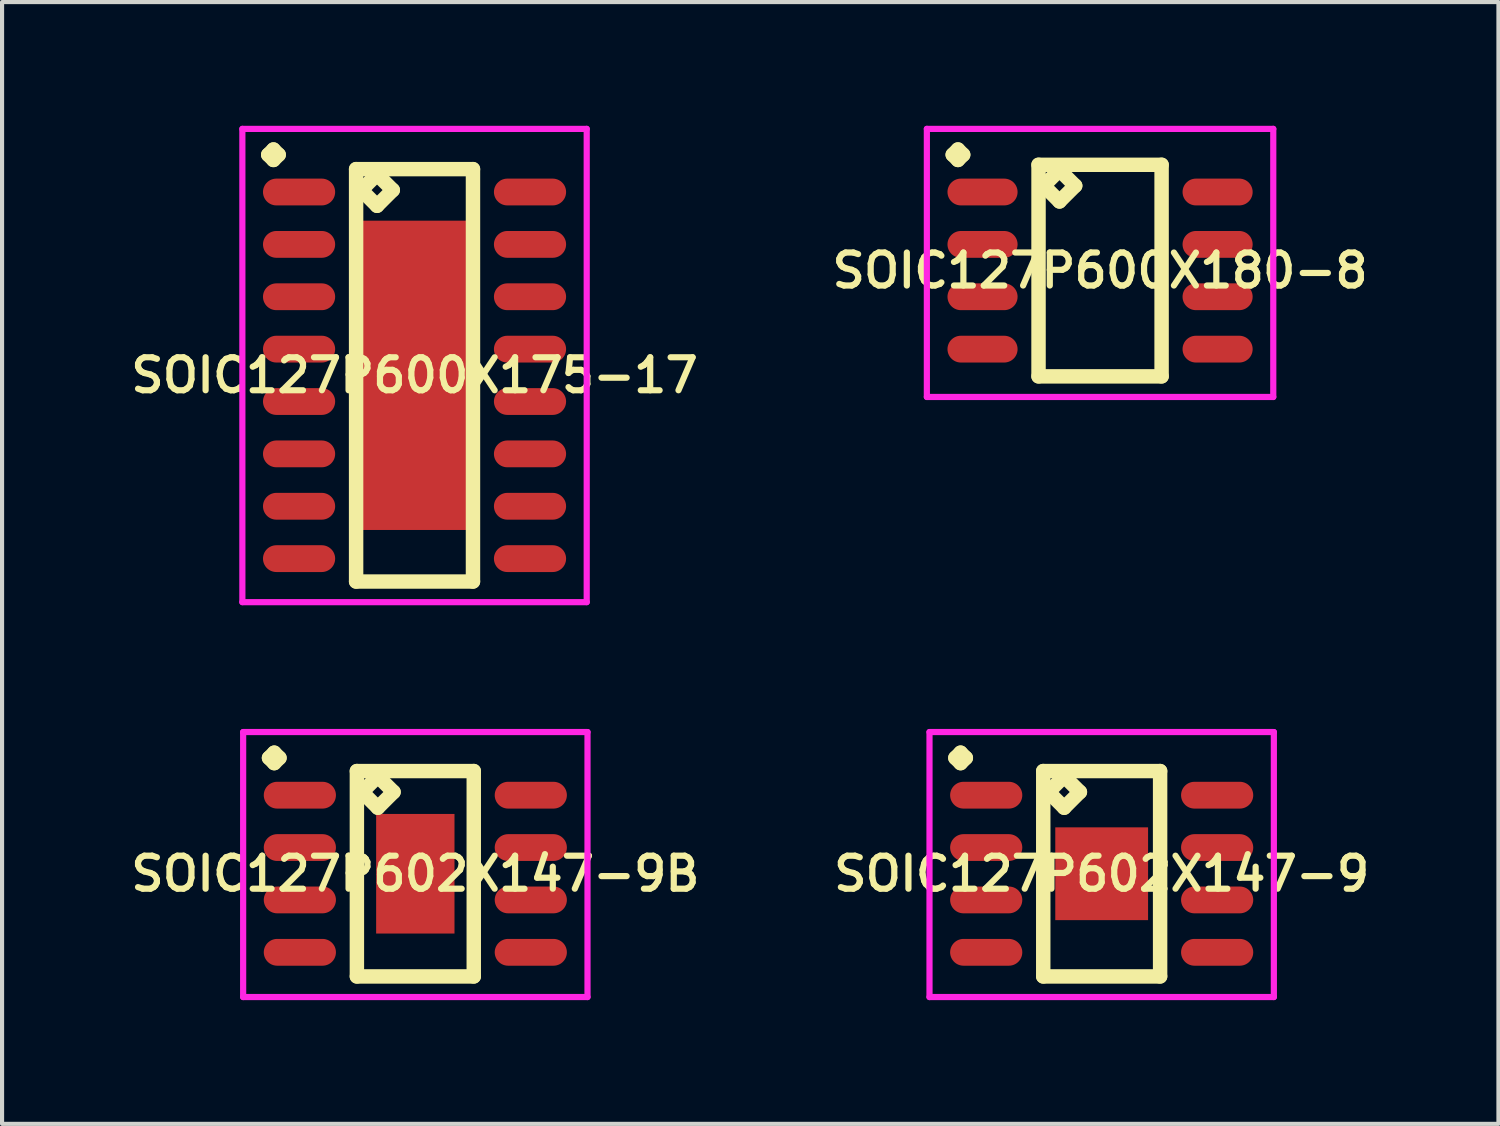
<source format=kicad_pcb>
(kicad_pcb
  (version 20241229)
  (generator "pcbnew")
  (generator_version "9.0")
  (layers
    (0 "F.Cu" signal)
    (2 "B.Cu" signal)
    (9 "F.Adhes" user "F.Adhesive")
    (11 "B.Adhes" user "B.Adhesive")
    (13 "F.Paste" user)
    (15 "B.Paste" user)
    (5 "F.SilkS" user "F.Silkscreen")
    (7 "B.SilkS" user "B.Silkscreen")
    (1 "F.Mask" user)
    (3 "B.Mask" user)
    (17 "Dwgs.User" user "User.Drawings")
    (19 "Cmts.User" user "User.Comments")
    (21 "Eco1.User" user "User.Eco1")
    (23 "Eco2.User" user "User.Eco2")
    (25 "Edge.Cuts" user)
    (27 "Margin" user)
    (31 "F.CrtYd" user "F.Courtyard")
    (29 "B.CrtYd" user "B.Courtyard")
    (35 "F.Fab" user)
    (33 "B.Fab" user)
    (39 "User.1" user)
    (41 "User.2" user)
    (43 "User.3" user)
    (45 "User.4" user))
  (footprint "SOIC127P602X147-9B"
    (layer "F.Cu")
    (at 7.021 18.137)
    (property "Reference" "SOIC127P602X147-9B" (at 0 0 0) (layer "F.SilkS") (effects (font (size 0.8 0.8) (thickness 0.15))))
    (attr through_hole)
    (fp_line (start -3.548 -2.809) (end -3.421 -2.936) (stroke (width 0.35) (type solid)) (layer "F.SilkS"))
    (fp_line (start -3.421 -2.936) (end -3.294 -2.809) (stroke (width 0.35) (type solid)) (layer "F.SilkS"))
    (fp_line (start -3.421 -2.682) (end -3.548 -2.809) (stroke (width 0.35) (type solid)) (layer "F.SilkS"))
    (fp_line (start -3.294 -2.809) (end -3.421 -2.682) (stroke (width 0.35) (type solid)) (layer "F.SilkS"))
    (fp_line (start -1.417 -2.49) (end -1.417 2.49) (stroke (width 0.35) (type solid)) (layer "F.SilkS"))
    (fp_line (start -1.417 2.49) (end 1.417 2.49) (stroke (width 0.35) (type solid)) (layer "F.SilkS"))
    (fp_line (start -1.29 -1.982) (end -0.909 -2.363) (stroke (width 0.35) (type solid)) (layer "F.SilkS"))
    (fp_line (start -0.909 -2.363) (end -0.528 -1.982) (stroke (width 0.35) (type solid)) (layer "F.SilkS"))
    (fp_line (start -0.909 -1.601) (end -1.29 -1.982) (stroke (width 0.35) (type solid)) (layer "F.SilkS"))
    (fp_line (start -0.528 -1.982) (end -0.909 -1.601) (stroke (width 0.35) (type solid)) (layer "F.SilkS"))
    (fp_line (start 1.417 -2.49) (end -1.417 -2.49) (stroke (width 0.35) (type solid)) (layer "F.SilkS"))
    (fp_line (start 1.417 2.49) (end 1.417 -2.49) (stroke (width 0.35) (type solid)) (layer "F.SilkS"))
    (fp_line (start -4.175 -3.436) (end 4.175 -3.436) (stroke (width 0.15) (type solid)) (layer "F.CrtYd"))
    (fp_line (start -4.175 2.99) (end -4.175 -3.436) (stroke (width 0.15) (type solid)) (layer "F.CrtYd"))
    (fp_line (start 4.175 -3.436) (end 4.175 2.99) (stroke (width 0.15) (type solid)) (layer "F.CrtYd"))
    (fp_line (start 4.175 2.99) (end -4.175 2.99) (stroke (width 0.15) (type solid)) (layer "F.CrtYd"))
    (pad "1" smd oval (at -2.8 -1.905) (size 1.75 0.65) (layers "F.Cu" "F.Mask" "F.Paste"))
    (pad "2" smd oval (at -2.8 -0.635) (size 1.75 0.65) (layers "F.Cu" "F.Mask" "F.Paste"))
    (pad "3" smd oval (at -2.8 0.635) (size 1.75 0.65) (layers "F.Cu" "F.Mask" "F.Paste"))
    (pad "4" smd oval (at -2.8 1.905) (size 1.75 0.65) (layers "F.Cu" "F.Mask" "F.Paste"))
    (pad "5" smd oval (at 2.8 1.905) (size 1.75 0.65) (layers "F.Cu" "F.Mask" "F.Paste"))
    (pad "6" smd oval (at 2.8 0.635) (size 1.75 0.65) (layers "F.Cu" "F.Mask" "F.Paste"))
    (pad "7" smd oval (at 2.8 -0.635) (size 1.75 0.65) (layers "F.Cu" "F.Mask" "F.Paste"))
    (pad "8" smd oval (at 2.8 -1.905) (size 1.75 0.65) (layers "F.Cu" "F.Mask" "F.Paste"))
    (pad "9" smd rect (at 0 0) (size 1.9 2.9) (layers "F.Cu" "F.Mask" "F.Paste")))
  (footprint "SOIC127P600X175-17"
    (layer "F.Cu")
    (at 7.002 6.051)
    (property "Reference" "SOIC127P600X175-17" (at 0 0 0) (layer "F.SilkS") (effects (font (size 0.8 0.8) (thickness 0.15))))
    (attr smd)
    (fp_line (start -3.548 -5.349) (end -3.421 -5.476) (stroke (width 0.35) (type solid)) (layer "F.SilkS"))
    (fp_line (start -3.421 -5.476) (end -3.294 -5.349) (stroke (width 0.35) (type solid)) (layer "F.SilkS"))
    (fp_line (start -3.421 -5.222) (end -3.548 -5.349) (stroke (width 0.35) (type solid)) (layer "F.SilkS"))
    (fp_line (start -3.294 -5.349) (end -3.421 -5.222) (stroke (width 0.35) (type solid)) (layer "F.SilkS"))
    (fp_line (start -1.417 -5) (end -1.417 5) (stroke (width 0.35) (type solid)) (layer "F.SilkS"))
    (fp_line (start -1.417 5) (end 1.417 5) (stroke (width 0.35) (type solid)) (layer "F.SilkS"))
    (fp_line (start -1.29 -4.492) (end -0.909 -4.873) (stroke (width 0.35) (type solid)) (layer "F.SilkS"))
    (fp_line (start -0.909 -4.873) (end -0.528 -4.492) (stroke (width 0.35) (type solid)) (layer "F.SilkS"))
    (fp_line (start -0.909 -4.111) (end -1.29 -4.492) (stroke (width 0.35) (type solid)) (layer "F.SilkS"))
    (fp_line (start -0.528 -4.492) (end -0.909 -4.111) (stroke (width 0.35) (type solid)) (layer "F.SilkS"))
    (fp_line (start 1.417 -5) (end -1.417 -5) (stroke (width 0.35) (type solid)) (layer "F.SilkS"))
    (fp_line (start 1.417 5) (end 1.417 -5) (stroke (width 0.35) (type solid)) (layer "F.SilkS"))
    (fp_line (start -4.175 -5.976) (end 4.175 -5.976) (stroke (width 0.15) (type solid)) (layer "F.CrtYd"))
    (fp_line (start -4.175 5.5) (end -4.175 -5.976) (stroke (width 0.15) (type solid)) (layer "F.CrtYd"))
    (fp_line (start 4.175 -5.976) (end 4.175 5.5) (stroke (width 0.15) (type solid)) (layer "F.CrtYd"))
    (fp_line (start 4.175 5.5) (end -4.175 5.5) (stroke (width 0.15) (type solid)) (layer "F.CrtYd"))
    (pad "1" smd oval (at -2.8 -4.445) (size 1.75 0.65) (layers "F.Cu" "F.Mask" "F.Paste"))
    (pad "2" smd oval (at -2.8 -3.175) (size 1.75 0.65) (layers "F.Cu" "F.Mask" "F.Paste"))
    (pad "3" smd oval (at -2.8 -1.905) (size 1.75 0.65) (layers "F.Cu" "F.Mask" "F.Paste"))
    (pad "4" smd oval (at -2.8 -0.635) (size 1.75 0.65) (layers "F.Cu" "F.Mask" "F.Paste"))
    (pad "5" smd oval (at -2.8 0.635) (size 1.75 0.65) (layers "F.Cu" "F.Mask" "F.Paste"))
    (pad "6" smd oval (at -2.8 1.905) (size 1.75 0.65) (layers "F.Cu" "F.Mask" "F.Paste"))
    (pad "7" smd oval (at -2.8 3.175) (size 1.75 0.65) (layers "F.Cu" "F.Mask" "F.Paste"))
    (pad "8" smd oval (at -2.8 4.445) (size 1.75 0.65) (layers "F.Cu" "F.Mask" "F.Paste"))
    (pad "9" smd oval (at 2.8 4.445) (size 1.75 0.65) (layers "F.Cu" "F.Mask" "F.Paste"))
    (pad "10" smd oval (at 2.8 3.175) (size 1.75 0.65) (layers "F.Cu" "F.Mask" "F.Paste"))
    (pad "11" smd oval (at 2.8 1.905) (size 1.75 0.65) (layers "F.Cu" "F.Mask" "F.Paste"))
    (pad "12" smd oval (at 2.8 0.635) (size 1.75 0.65) (layers "F.Cu" "F.Mask" "F.Paste"))
    (pad "13" smd oval (at 2.8 -0.635) (size 1.75 0.65) (layers "F.Cu" "F.Mask" "F.Paste"))
    (pad "14" smd oval (at 2.8 -1.905) (size 1.75 0.65) (layers "F.Cu" "F.Mask" "F.Paste"))
    (pad "15" smd oval (at 2.8 -3.175) (size 1.75 0.65) (layers "F.Cu" "F.Mask" "F.Paste"))
    (pad "16" smd oval (at 2.8 -4.445) (size 1.75 0.65) (layers "F.Cu" "F.Mask" "F.Paste"))
    (pad "17" smd rect (at 0 0) (size 2.5 7.5) (layers "F.Cu" "F.Mask" "F.Paste")))
  (footprint "SOIC127P602X147-9"
    (layer "F.Cu")
    (at 23.664 18.137)
    (property "Reference" "SOIC127P602X147-9" (at 0 0 0) (layer "F.SilkS") (effects (font (size 0.8 0.8) (thickness 0.15))))
    (attr smd)
    (fp_line (start -3.548 -2.809) (end -3.421 -2.936) (stroke (width 0.35) (type solid)) (layer "F.SilkS"))
    (fp_line (start -3.421 -2.936) (end -3.294 -2.809) (stroke (width 0.35) (type solid)) (layer "F.SilkS"))
    (fp_line (start -3.421 -2.682) (end -3.548 -2.809) (stroke (width 0.35) (type solid)) (layer "F.SilkS"))
    (fp_line (start -3.294 -2.809) (end -3.421 -2.682) (stroke (width 0.35) (type solid)) (layer "F.SilkS"))
    (fp_line (start -1.417 -2.49) (end -1.417 2.49) (stroke (width 0.35) (type solid)) (layer "F.SilkS"))
    (fp_line (start -1.417 2.49) (end 1.417 2.49) (stroke (width 0.35) (type solid)) (layer "F.SilkS"))
    (fp_line (start -1.29 -1.982) (end -0.909 -2.363) (stroke (width 0.35) (type solid)) (layer "F.SilkS"))
    (fp_line (start -0.909 -2.363) (end -0.528 -1.982) (stroke (width 0.35) (type solid)) (layer "F.SilkS"))
    (fp_line (start -0.909 -1.601) (end -1.29 -1.982) (stroke (width 0.35) (type solid)) (layer "F.SilkS"))
    (fp_line (start -0.528 -1.982) (end -0.909 -1.601) (stroke (width 0.35) (type solid)) (layer "F.SilkS"))
    (fp_line (start 1.417 -2.49) (end -1.417 -2.49) (stroke (width 0.35) (type solid)) (layer "F.SilkS"))
    (fp_line (start 1.417 2.49) (end 1.417 -2.49) (stroke (width 0.35) (type solid)) (layer "F.SilkS"))
    (fp_line (start -4.175 -3.436) (end 4.175 -3.436) (stroke (width 0.15) (type solid)) (layer "F.CrtYd"))
    (fp_line (start -4.175 2.99) (end -4.175 -3.436) (stroke (width 0.15) (type solid)) (layer "F.CrtYd"))
    (fp_line (start 4.175 -3.436) (end 4.175 2.99) (stroke (width 0.15) (type solid)) (layer "F.CrtYd"))
    (fp_line (start 4.175 2.99) (end -4.175 2.99) (stroke (width 0.15) (type solid)) (layer "F.CrtYd"))
    (pad "1" smd oval (at -2.8 -1.905) (size 1.75 0.65) (layers "F.Cu" "F.Mask" "F.Paste"))
    (pad "2" smd oval (at -2.8 -0.635) (size 1.75 0.65) (layers "F.Cu" "F.Mask" "F.Paste"))
    (pad "3" smd oval (at -2.8 0.635) (size 1.75 0.65) (layers "F.Cu" "F.Mask" "F.Paste"))
    (pad "4" smd oval (at -2.8 1.905) (size 1.75 0.65) (layers "F.Cu" "F.Mask" "F.Paste"))
    (pad "5" smd oval (at 2.8 1.905) (size 1.75 0.65) (layers "F.Cu" "F.Mask" "F.Paste"))
    (pad "6" smd oval (at 2.8 0.635) (size 1.75 0.65) (layers "F.Cu" "F.Mask" "F.Paste"))
    (pad "7" smd oval (at 2.8 -0.635) (size 1.75 0.65) (layers "F.Cu" "F.Mask" "F.Paste"))
    (pad "8" smd oval (at 2.8 -1.905) (size 1.75 0.65) (layers "F.Cu" "F.Mask" "F.Paste"))
    (pad "9" smd rect (at 0 0) (size 2.25 2.25) (layers "F.Cu" "F.Mask" "F.Paste")))
  (footprint "SOIC127P600X180-8"
    (layer "F.Cu")
    (at 23.625 3.511)
    (property "Reference" "SOIC127P600X180-8" (at 0 0 0) (layer "F.SilkS") (effects (font (size 0.8 0.8) (thickness 0.15))))
    (attr smd)
    (fp_line (start -3.573 -2.809) (end -3.446 -2.936) (stroke (width 0.35) (type solid)) (layer "F.SilkS"))
    (fp_line (start -3.446 -2.936) (end -3.319 -2.809) (stroke (width 0.35) (type solid)) (layer "F.SilkS"))
    (fp_line (start -3.446 -2.682) (end -3.573 -2.809) (stroke (width 0.35) (type solid)) (layer "F.SilkS"))
    (fp_line (start -3.319 -2.809) (end -3.446 -2.682) (stroke (width 0.35) (type solid)) (layer "F.SilkS"))
    (fp_line (start -1.492 -2.565) (end -1.492 2.565) (stroke (width 0.35) (type solid)) (layer "F.SilkS"))
    (fp_line (start -1.492 2.565) (end 1.492 2.565) (stroke (width 0.35) (type solid)) (layer "F.SilkS"))
    (fp_line (start -1.365 -2.057) (end -0.984 -2.438) (stroke (width 0.35) (type solid)) (layer "F.SilkS"))
    (fp_line (start -0.984 -2.438) (end -0.603 -2.057) (stroke (width 0.35) (type solid)) (layer "F.SilkS"))
    (fp_line (start -0.984 -1.676) (end -1.365 -2.057) (stroke (width 0.35) (type solid)) (layer "F.SilkS"))
    (fp_line (start -0.603 -2.057) (end -0.984 -1.676) (stroke (width 0.35) (type solid)) (layer "F.SilkS"))
    (fp_line (start 1.492 -2.565) (end -1.492 -2.565) (stroke (width 0.35) (type solid)) (layer "F.SilkS"))
    (fp_line (start 1.492 2.565) (end 1.492 -2.565) (stroke (width 0.35) (type solid)) (layer "F.SilkS"))
    (fp_line (start -4.2 -3.436) (end 4.2 -3.436) (stroke (width 0.15) (type solid)) (layer "F.CrtYd"))
    (fp_line (start -4.2 3.065) (end -4.2 -3.436) (stroke (width 0.15) (type solid)) (layer "F.CrtYd"))
    (fp_line (start 4.2 -3.436) (end 4.2 3.065) (stroke (width 0.15) (type solid)) (layer "F.CrtYd"))
    (fp_line (start 4.2 3.065) (end -4.2 3.065) (stroke (width 0.15) (type solid)) (layer "F.CrtYd"))
    (pad "1" smd oval (at -2.85 -1.905) (size 1.7 0.65) (layers "F.Cu" "F.Mask" "F.Paste"))
    (pad "2" smd oval (at -2.85 -0.635) (size 1.7 0.65) (layers "F.Cu" "F.Mask" "F.Paste"))
    (pad "3" smd oval (at -2.85 0.635) (size 1.7 0.65) (layers "F.Cu" "F.Mask" "F.Paste"))
    (pad "4" smd oval (at -2.85 1.905) (size 1.7 0.65) (layers "F.Cu" "F.Mask" "F.Paste"))
    (pad "5" smd oval (at 2.85 1.905) (size 1.7 0.65) (layers "F.Cu" "F.Mask" "F.Paste"))
    (pad "6" smd oval (at 2.85 0.635) (size 1.7 0.65) (layers "F.Cu" "F.Mask" "F.Paste"))
    (pad "7" smd oval (at 2.85 -0.635) (size 1.7 0.65) (layers "F.Cu" "F.Mask" "F.Paste"))
    (pad "8" smd oval (at 2.85 -1.905) (size 1.7 0.65) (layers "F.Cu" "F.Mask" "F.Paste")))
  (gr_rect
    (start -3 -3)
    (end 33.285 24.202)
    (stroke (width 0.1) (type default))
    (fill no)
    (layer "Edge.Cuts")))
</source>
